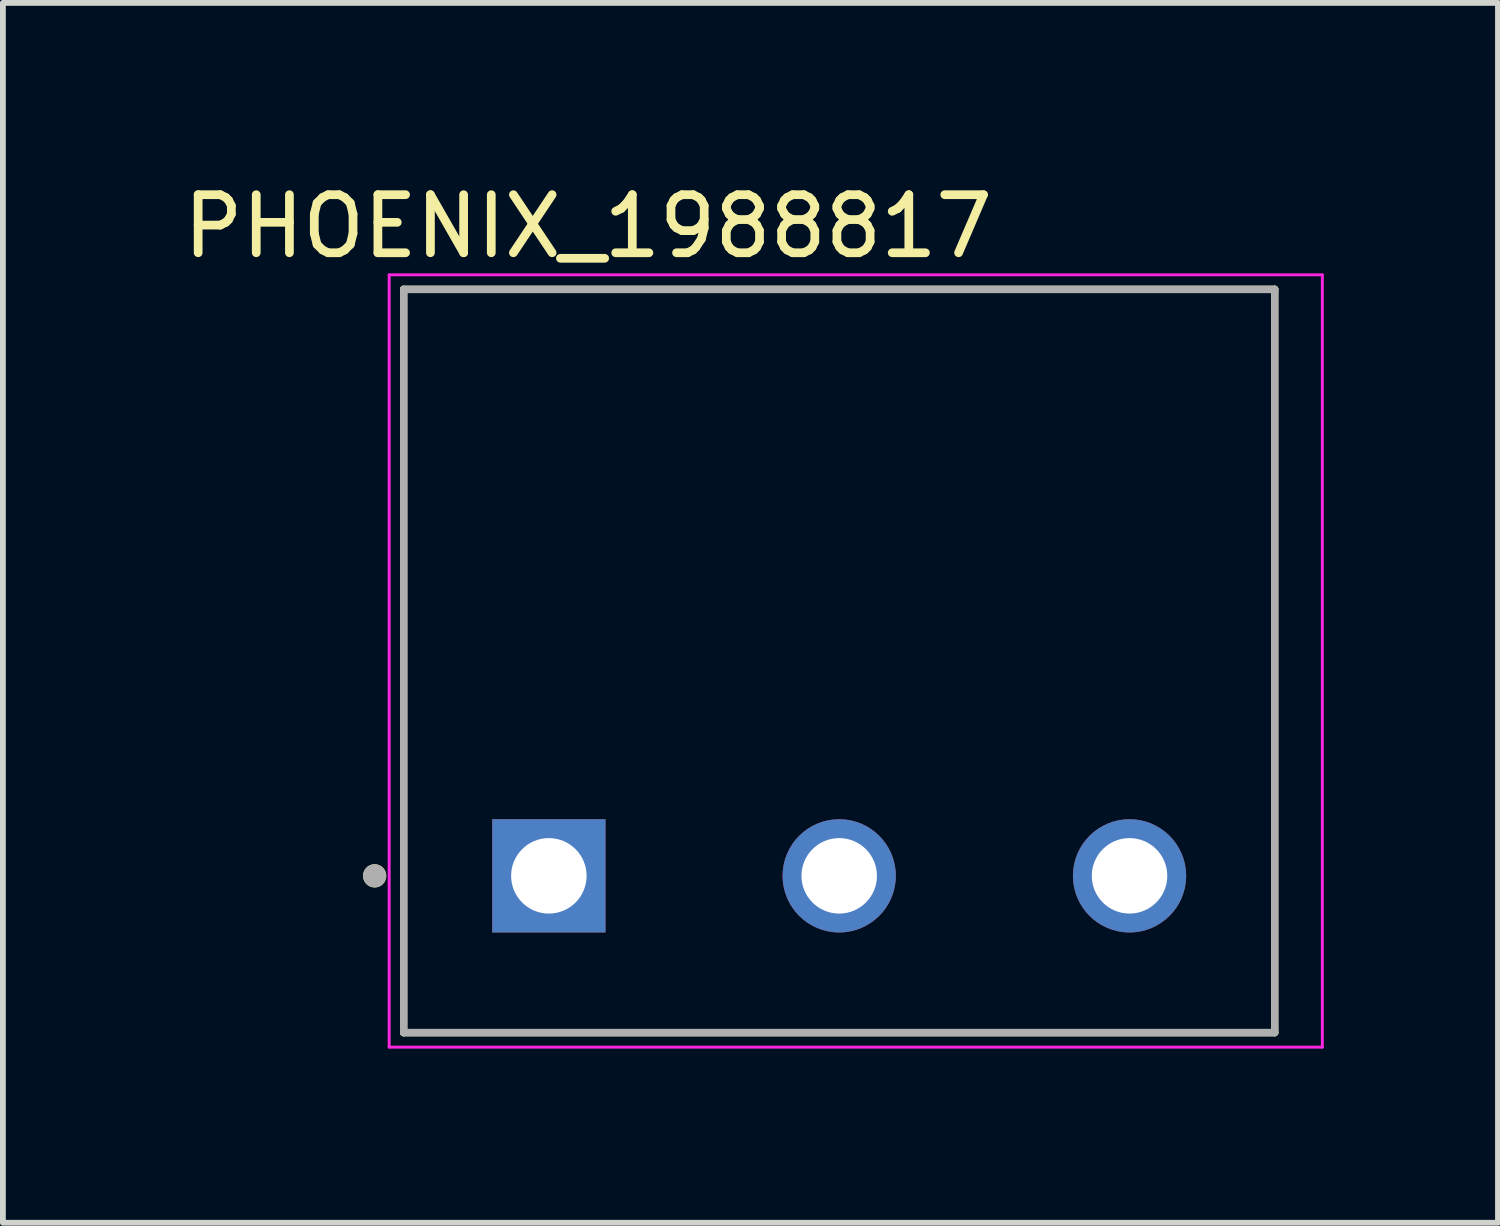
<source format=kicad_pcb>
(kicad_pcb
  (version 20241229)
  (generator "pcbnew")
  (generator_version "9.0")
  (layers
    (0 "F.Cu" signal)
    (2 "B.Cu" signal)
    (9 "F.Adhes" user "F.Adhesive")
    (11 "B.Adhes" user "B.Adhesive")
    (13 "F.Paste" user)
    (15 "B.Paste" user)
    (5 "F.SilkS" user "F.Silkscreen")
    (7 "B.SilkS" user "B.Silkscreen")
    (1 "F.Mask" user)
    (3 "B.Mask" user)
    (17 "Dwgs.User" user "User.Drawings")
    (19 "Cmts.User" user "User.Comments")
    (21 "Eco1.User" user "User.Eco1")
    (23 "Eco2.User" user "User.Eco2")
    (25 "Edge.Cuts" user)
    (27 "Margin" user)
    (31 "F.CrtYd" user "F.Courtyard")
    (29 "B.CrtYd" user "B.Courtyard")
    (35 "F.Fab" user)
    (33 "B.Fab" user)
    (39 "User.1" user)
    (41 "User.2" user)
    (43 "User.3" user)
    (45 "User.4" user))
  (footprint "PHOENIX_1988817"
    (layer "F.Cu")
    (at 3.902 14.733)
    (property "Reference" "PHOENIX_1988817" (at 3.175 -13.885 0) (layer "F.SilkS") (effects (font (size 1 1) (thickness 0.15))))
    (attr through_hole)
    (fp_line (start 0 -12.8) (end 0 0) (stroke (width 0.127) (type solid)) (layer "F.SilkS"))
    (fp_line (start 0 0) (end 15 0) (stroke (width 0.127) (type solid)) (layer "F.SilkS"))
    (fp_line (start 15 -12.8) (end 0 -12.8) (stroke (width 0.127) (type solid)) (layer "F.SilkS"))
    (fp_line (start 15 0) (end 15 -12.8) (stroke (width 0.127) (type solid)) (layer "F.SilkS"))
    (fp_circle (center -0.5 -2.7) (end -0.4 -2.7) (stroke (width 0.2) (type solid)) (fill no) (layer "F.SilkS"))
    (fp_line (start -0.25 -13.05) (end 15.82 -13.05) (stroke (width 0.05) (type solid)) (layer "F.CrtYd"))
    (fp_line (start -0.25 0.25) (end -0.25 -13.05) (stroke (width 0.05) (type solid)) (layer "F.CrtYd"))
    (fp_line (start 15.82 -13.05) (end 15.82 0.25) (stroke (width 0.05) (type solid)) (layer "F.CrtYd"))
    (fp_line (start 15.82 0.25) (end -0.25 0.25) (stroke (width 0.05) (type solid)) (layer "F.CrtYd"))
    (fp_line (start 0 -12.8) (end 0 0) (stroke (width 0.127) (type solid)) (layer "F.Fab"))
    (fp_line (start 0 0) (end 15 0) (stroke (width 0.127) (type solid)) (layer "F.Fab"))
    (fp_line (start 15 -12.8) (end 0 -12.8) (stroke (width 0.127) (type solid)) (layer "F.Fab"))
    (fp_line (start 15 0) (end 15 -12.8) (stroke (width 0.127) (type solid)) (layer "F.Fab"))
    (fp_circle (center -0.5 -2.7) (end -0.4 -2.7) (stroke (width 0.2) (type solid)) (fill no) (layer "F.Fab"))
    (pad "1" thru_hole rect (at 2.5 -2.7) (size 1.95 1.95) (drill 1.3) (layers "*.Cu" "*.Mask"))
    (pad "2" thru_hole circle (at 7.5 -2.7) (size 1.95 1.95) (drill 1.3) (layers "*.Cu" "*.Mask"))
    (pad "3" thru_hole circle (at 12.5 -2.7) (size 1.95 1.95) (drill 1.3) (layers "*.Cu" "*.Mask")))
  (gr_rect
    (start -3 -3)
    (end 22.747 18.008)
    (stroke (width 0.1) (type default))
    (fill no)
    (layer "Edge.Cuts")))
</source>
